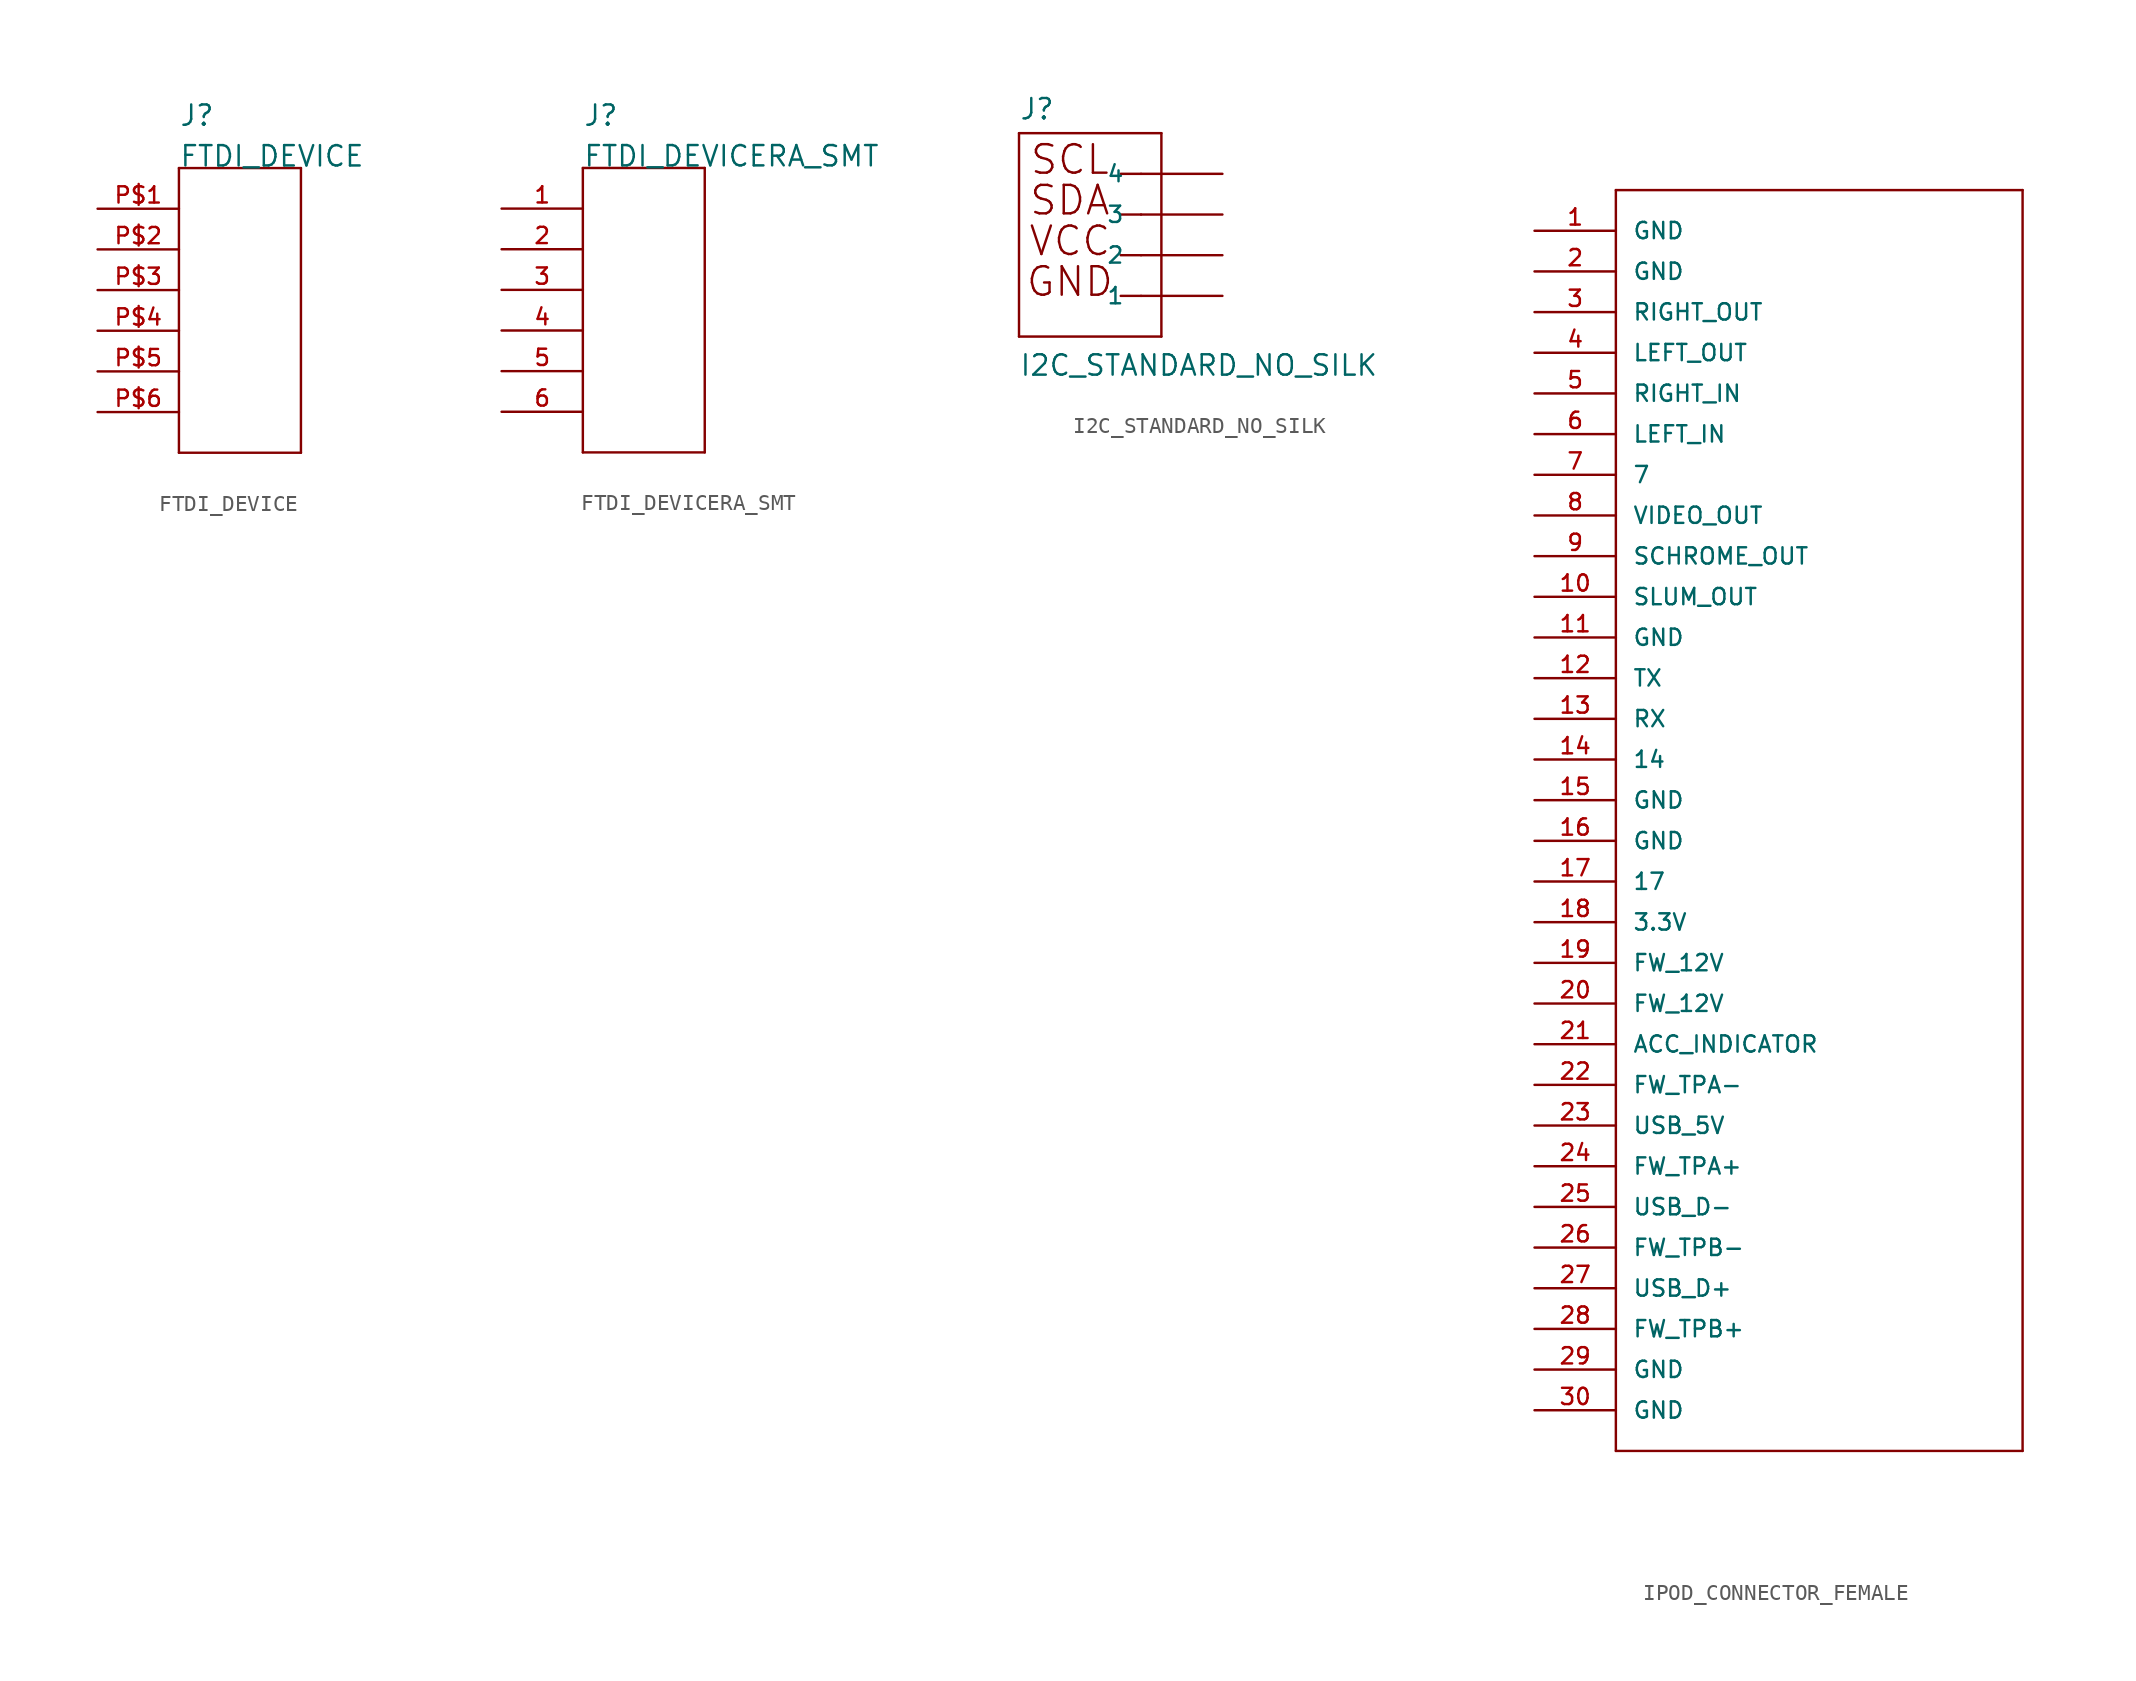
<source format=kicad_sym>
(kicad_symbol_lib
  (version 20211014)
  (generator kicad_symbol_editor)
  (symbol "FTDI_DEVICE"
    (pin_names
      (offset 1.016) hide)
    (property "Reference" "J"
      (at 0 10.16 0)
      (effects (font (size 1.27 1.27)) (justify left bottom)))
    (property "Value" "FTDI_DEVICE"
      (at 0 7.62 0)
      (effects (font (size 1.27 1.27)) (justify left bottom)))
    (property "Datasheet" ""
      (at 0 0 0)
      (effects (font (size 1.524 1.524))))
    (property "ki_locked" ""
      (at 0 0 0)
      (effects (font (size 1.27 1.27))))
    (symbol "FTDI_DEVICE_1_0"
      (polyline (pts (xy 0 -10.16) (xy 7.62 -10.16)) (stroke (width 0) (type default) (color 0 0 0 0)) (fill (type none)))
      (polyline (pts (xy 0 7.62) (xy 0 -10.16)) (stroke (width 0) (type default) (color 0 0 0 0)) (fill (type none)))
      (polyline (pts (xy 7.62 -10.16) (xy 7.62 7.62)) (stroke (width 0) (type default) (color 0 0 0 0)) (fill (type none)))
      (polyline (pts (xy 7.62 7.62) (xy 0 7.62)) (stroke (width 0) (type default) (color 0 0 0 0)) (fill (type none))))
    (symbol "FTDI_DEVICE_1_1"
      (pin bidirectional line (at -5.08 5.08 0) (length 5.08) (name "DTR" (effects (font (size 1.016 1.016)))) (number "P$1" (effects (font (size 1.016 1.016)))))
      (pin bidirectional line (at -5.08 2.54 0) (length 5.08) (name "TXO" (effects (font (size 1.016 1.016)))) (number "P$2" (effects (font (size 1.016 1.016)))))
      (pin bidirectional line (at -5.08 0 0) (length 5.08) (name "RXI" (effects (font (size 1.016 1.016)))) (number "P$3" (effects (font (size 1.016 1.016)))))
      (pin bidirectional line (at -5.08 -2.54 0) (length 5.08) (name "VCC" (effects (font (size 1.016 1.016)))) (number "P$4" (effects (font (size 1.016 1.016)))))
      (pin bidirectional line (at -5.08 -5.08 0) (length 5.08) (name "CTS" (effects (font (size 1.016 1.016)))) (number "P$5" (effects (font (size 1.016 1.016)))))
      (pin bidirectional line (at -5.08 -7.62 0) (length 5.08) (name "GND" (effects (font (size 1.016 1.016)))) (number "P$6" (effects (font (size 1.016 1.016)))))))
  (symbol "FTDI_DEVICERA_SMT"
    (pin_names
      (offset 1.016) hide)
    (property "Reference" "J"
      (at 0 10.16 0)
      (effects (font (size 1.27 1.27)) (justify left bottom)))
    (property "Value" "FTDI_DEVICERA_SMT"
      (at 0 7.62 0)
      (effects (font (size 1.27 1.27)) (justify left bottom)))
    (property "Datasheet" ""
      (at 0 0 0)
      (effects (font (size 1.524 1.524))))
    (property "ki_locked" ""
      (at 0 0 0)
      (effects (font (size 1.27 1.27))))
    (symbol "FTDI_DEVICERA_SMT_1_0"
      (polyline (pts (xy 0 -10.16) (xy 7.62 -10.16)) (stroke (width 0) (type default) (color 0 0 0 0)) (fill (type none)))
      (polyline (pts (xy 0 7.62) (xy 0 -10.16)) (stroke (width 0) (type default) (color 0 0 0 0)) (fill (type none)))
      (polyline (pts (xy 7.62 -10.16) (xy 7.62 7.62)) (stroke (width 0) (type default) (color 0 0 0 0)) (fill (type none)))
      (polyline (pts (xy 7.62 7.62) (xy 0 7.62)) (stroke (width 0) (type default) (color 0 0 0 0)) (fill (type none))))
    (symbol "FTDI_DEVICERA_SMT_1_1"
      (pin bidirectional line (at -5.08 5.08 0) (length 5.08) (name "DTR" (effects (font (size 1.016 1.016)))) (number "1" (effects (font (size 1.016 1.016)))))
      (pin bidirectional line (at -5.08 2.54 0) (length 5.08) (name "TXO" (effects (font (size 1.016 1.016)))) (number "2" (effects (font (size 1.016 1.016)))))
      (pin bidirectional line (at -5.08 0 0) (length 5.08) (name "RXI" (effects (font (size 1.016 1.016)))) (number "3" (effects (font (size 1.016 1.016)))))
      (pin bidirectional line (at -5.08 -2.54 0) (length 5.08) (name "VCC" (effects (font (size 1.016 1.016)))) (number "4" (effects (font (size 1.016 1.016)))))
      (pin bidirectional line (at -5.08 -5.08 0) (length 5.08) (name "CTS" (effects (font (size 1.016 1.016)))) (number "5" (effects (font (size 1.016 1.016)))))
      (pin bidirectional line (at -5.08 -7.62 0) (length 5.08) (name "GND" (effects (font (size 1.016 1.016)))) (number "6" (effects (font (size 1.016 1.016)))))))
  (symbol "I2C_STANDARD_NO_SILK"
    (pin_numbers hide)
    (pin_names
      (offset 1.016))
    (property "Reference" "J"
      (at -2.54 13.462 0)
      (effects (font (size 1.27 1.27)) (justify left bottom)))
    (property "Value" "I2C_STANDARD_NO_SILK"
      (at -2.54 -2.54 0)
      (effects (font (size 1.27 1.27)) (justify left bottom)))
    (property "Datasheet" ""
      (at 0 0 0)
      (effects (font (size 1.524 1.524))))
    (property "ki_locked" ""
      (at 0 0 0)
      (effects (font (size 1.27 1.27))))
    (symbol "I2C_STANDARD_NO_SILK_1_0"
      (polyline (pts (xy -2.54 12.7) (xy -2.54 0)) (stroke (width 0) (type default) (color 0 0 0 0)) (fill (type none)))
      (polyline (pts (xy -2.54 12.7) (xy 6.35 12.7)) (stroke (width 0) (type default) (color 0 0 0 0)) (fill (type none)))
      (polyline (pts (xy 3.81 2.54) (xy 5.08 2.54)) (stroke (width 0) (type default) (color 0 0 0 0)) (fill (type none)))
      (polyline (pts (xy 3.81 5.08) (xy 5.08 5.08)) (stroke (width 0) (type default) (color 0 0 0 0)) (fill (type none)))
      (polyline (pts (xy 3.81 7.62) (xy 5.08 7.62)) (stroke (width 0) (type default) (color 0 0 0 0)) (fill (type none)))
      (polyline (pts (xy 3.81 10.16) (xy 5.08 10.16)) (stroke (width 0) (type default) (color 0 0 0 0)) (fill (type none)))
      (polyline (pts (xy 6.35 0) (xy -2.54 0)) (stroke (width 0) (type default) (color 0 0 0 0)) (fill (type none)))
      (polyline (pts (xy 6.35 0) (xy 6.35 12.7)) (stroke (width 0) (type default) (color 0 0 0 0)) (fill (type none)))
      (text "GND" (at 0.635 3.429 0) (effects (font (size 1.778 1.778))))
      (text "SCL" (at 0.635 11.049 0) (effects (font (size 1.778 1.778))))
      (text "SDA" (at 0.635 8.509 0) (effects (font (size 1.778 1.778))))
      (text "VCC" (at 0.635 5.969 0) (effects (font (size 1.778 1.778)))))
    (symbol "I2C_STANDARD_NO_SILK_1_1"
      (pin passive line (at 10.16 2.54 180) (length 5.08) (name "1" (effects (font (size 1.016 1.016)))) (number "1" (effects (font (size 1.016 1.016)))))
      (pin passive line (at 10.16 5.08 180) (length 5.08) (name "2" (effects (font (size 1.016 1.016)))) (number "2" (effects (font (size 1.016 1.016)))))
      (pin passive line (at 10.16 7.62 180) (length 5.08) (name "3" (effects (font (size 1.016 1.016)))) (number "3" (effects (font (size 1.016 1.016)))))
      (pin passive line (at 10.16 10.16 180) (length 5.08) (name "4" (effects (font (size 1.016 1.016)))) (number "4" (effects (font (size 1.016 1.016)))))))
  (symbol "IPOD_CONNECTOR_FEMALE"
    (pin_names
      (offset 1.016))
    (property "Reference" "M"
      (at 0 0 0)
      (effects (font (size 1.27 1.27)) hide))
    (property "Datasheet" ""
      (at 0 0 0)
      (effects (font (size 1.524 1.524))))
    (property "ki_locked" ""
      (at 0 0 0)
      (effects (font (size 1.27 1.27))))
    (symbol "IPOD_CONNECTOR_FEMALE_1_0"
      (polyline (pts (xy -12.7 -40.64) (xy 12.7 -40.64)) (stroke (width 0) (type default) (color 0 0 0 0)) (fill (type none)))
      (polyline (pts (xy -12.7 38.1) (xy -12.7 -40.64)) (stroke (width 0) (type default) (color 0 0 0 0)) (fill (type none)))
      (polyline (pts (xy 12.7 -40.64) (xy 12.7 38.1)) (stroke (width 0) (type default) (color 0 0 0 0)) (fill (type none)))
      (polyline (pts (xy 12.7 38.1) (xy -12.7 38.1)) (stroke (width 0) (type default) (color 0 0 0 0)) (fill (type none))))
    (symbol "IPOD_CONNECTOR_FEMALE_1_1"
      (pin bidirectional line (at -17.78 35.56 0) (length 5.08) (name "GND" (effects (font (size 1.016 1.016)))) (number "1" (effects (font (size 1.016 1.016)))))
      (pin bidirectional line (at -17.78 12.7 0) (length 5.08) (name "SLUM_OUT" (effects (font (size 1.016 1.016)))) (number "10" (effects (font (size 1.016 1.016)))))
      (pin bidirectional line (at -17.78 10.16 0) (length 5.08) (name "GND" (effects (font (size 1.016 1.016)))) (number "11" (effects (font (size 1.016 1.016)))))
      (pin bidirectional line (at -17.78 7.62 0) (length 5.08) (name "TX" (effects (font (size 1.016 1.016)))) (number "12" (effects (font (size 1.016 1.016)))))
      (pin bidirectional line (at -17.78 5.08 0) (length 5.08) (name "RX" (effects (font (size 1.016 1.016)))) (number "13" (effects (font (size 1.016 1.016)))))
      (pin bidirectional line (at -17.78 2.54 0) (length 5.08) (name "14" (effects (font (size 1.016 1.016)))) (number "14" (effects (font (size 1.016 1.016)))))
      (pin bidirectional line (at -17.78 0 0) (length 5.08) (name "GND" (effects (font (size 1.016 1.016)))) (number "15" (effects (font (size 1.016 1.016)))))
      (pin bidirectional line (at -17.78 -2.54 0) (length 5.08) (name "GND" (effects (font (size 1.016 1.016)))) (number "16" (effects (font (size 1.016 1.016)))))
      (pin bidirectional line (at -17.78 -5.08 0) (length 5.08) (name "17" (effects (font (size 1.016 1.016)))) (number "17" (effects (font (size 1.016 1.016)))))
      (pin bidirectional line (at -17.78 -7.62 0) (length 5.08) (name "3.3V" (effects (font (size 1.016 1.016)))) (number "18" (effects (font (size 1.016 1.016)))))
      (pin bidirectional line (at -17.78 -10.16 0) (length 5.08) (name "FW_12V" (effects (font (size 1.016 1.016)))) (number "19" (effects (font (size 1.016 1.016)))))
      (pin bidirectional line (at -17.78 33.02 0) (length 5.08) (name "GND" (effects (font (size 1.016 1.016)))) (number "2" (effects (font (size 1.016 1.016)))))
      (pin bidirectional line (at -17.78 -12.7 0) (length 5.08) (name "FW_12V" (effects (font (size 1.016 1.016)))) (number "20" (effects (font (size 1.016 1.016)))))
      (pin bidirectional line (at -17.78 -15.24 0) (length 5.08) (name "ACC_INDICATOR" (effects (font (size 1.016 1.016)))) (number "21" (effects (font (size 1.016 1.016)))))
      (pin bidirectional line (at -17.78 -17.78 0) (length 5.08) (name "FW_TPA-" (effects (font (size 1.016 1.016)))) (number "22" (effects (font (size 1.016 1.016)))))
      (pin bidirectional line (at -17.78 -20.32 0) (length 5.08) (name "USB_5V" (effects (font (size 1.016 1.016)))) (number "23" (effects (font (size 1.016 1.016)))))
      (pin bidirectional line (at -17.78 -22.86 0) (length 5.08) (name "FW_TPA+" (effects (font (size 1.016 1.016)))) (number "24" (effects (font (size 1.016 1.016)))))
      (pin bidirectional line (at -17.78 -25.4 0) (length 5.08) (name "USB_D-" (effects (font (size 1.016 1.016)))) (number "25" (effects (font (size 1.016 1.016)))))
      (pin bidirectional line (at -17.78 -27.94 0) (length 5.08) (name "FW_TPB-" (effects (font (size 1.016 1.016)))) (number "26" (effects (font (size 1.016 1.016)))))
      (pin bidirectional line (at -17.78 -30.48 0) (length 5.08) (name "USB_D+" (effects (font (size 1.016 1.016)))) (number "27" (effects (font (size 1.016 1.016)))))
      (pin bidirectional line (at -17.78 -33.02 0) (length 5.08) (name "FW_TPB+" (effects (font (size 1.016 1.016)))) (number "28" (effects (font (size 1.016 1.016)))))
      (pin bidirectional line (at -17.78 -35.56 0) (length 5.08) (name "GND" (effects (font (size 1.016 1.016)))) (number "29" (effects (font (size 1.016 1.016)))))
      (pin bidirectional line (at -17.78 30.48 0) (length 5.08) (name "RIGHT_OUT" (effects (font (size 1.016 1.016)))) (number "3" (effects (font (size 1.016 1.016)))))
      (pin bidirectional line (at -17.78 -38.1 0) (length 5.08) (name "GND" (effects (font (size 1.016 1.016)))) (number "30" (effects (font (size 1.016 1.016)))))
      (pin bidirectional line (at -17.78 27.94 0) (length 5.08) (name "LEFT_OUT" (effects (font (size 1.016 1.016)))) (number "4" (effects (font (size 1.016 1.016)))))
      (pin bidirectional line (at -17.78 25.4 0) (length 5.08) (name "RIGHT_IN" (effects (font (size 1.016 1.016)))) (number "5" (effects (font (size 1.016 1.016)))))
      (pin bidirectional line (at -17.78 22.86 0) (length 5.08) (name "LEFT_IN" (effects (font (size 1.016 1.016)))) (number "6" (effects (font (size 1.016 1.016)))))
      (pin bidirectional line (at -17.78 20.32 0) (length 5.08) (name "7" (effects (font (size 1.016 1.016)))) (number "7" (effects (font (size 1.016 1.016)))))
      (pin bidirectional line (at -17.78 17.78 0) (length 5.08) (name "VIDEO_OUT" (effects (font (size 1.016 1.016)))) (number "8" (effects (font (size 1.016 1.016)))))
      (pin bidirectional line (at -17.78 15.24 0) (length 5.08) (name "SCHROME_OUT" (effects (font (size 1.016 1.016)))) (number "9" (effects (font (size 1.016 1.016))))))))
</source>
